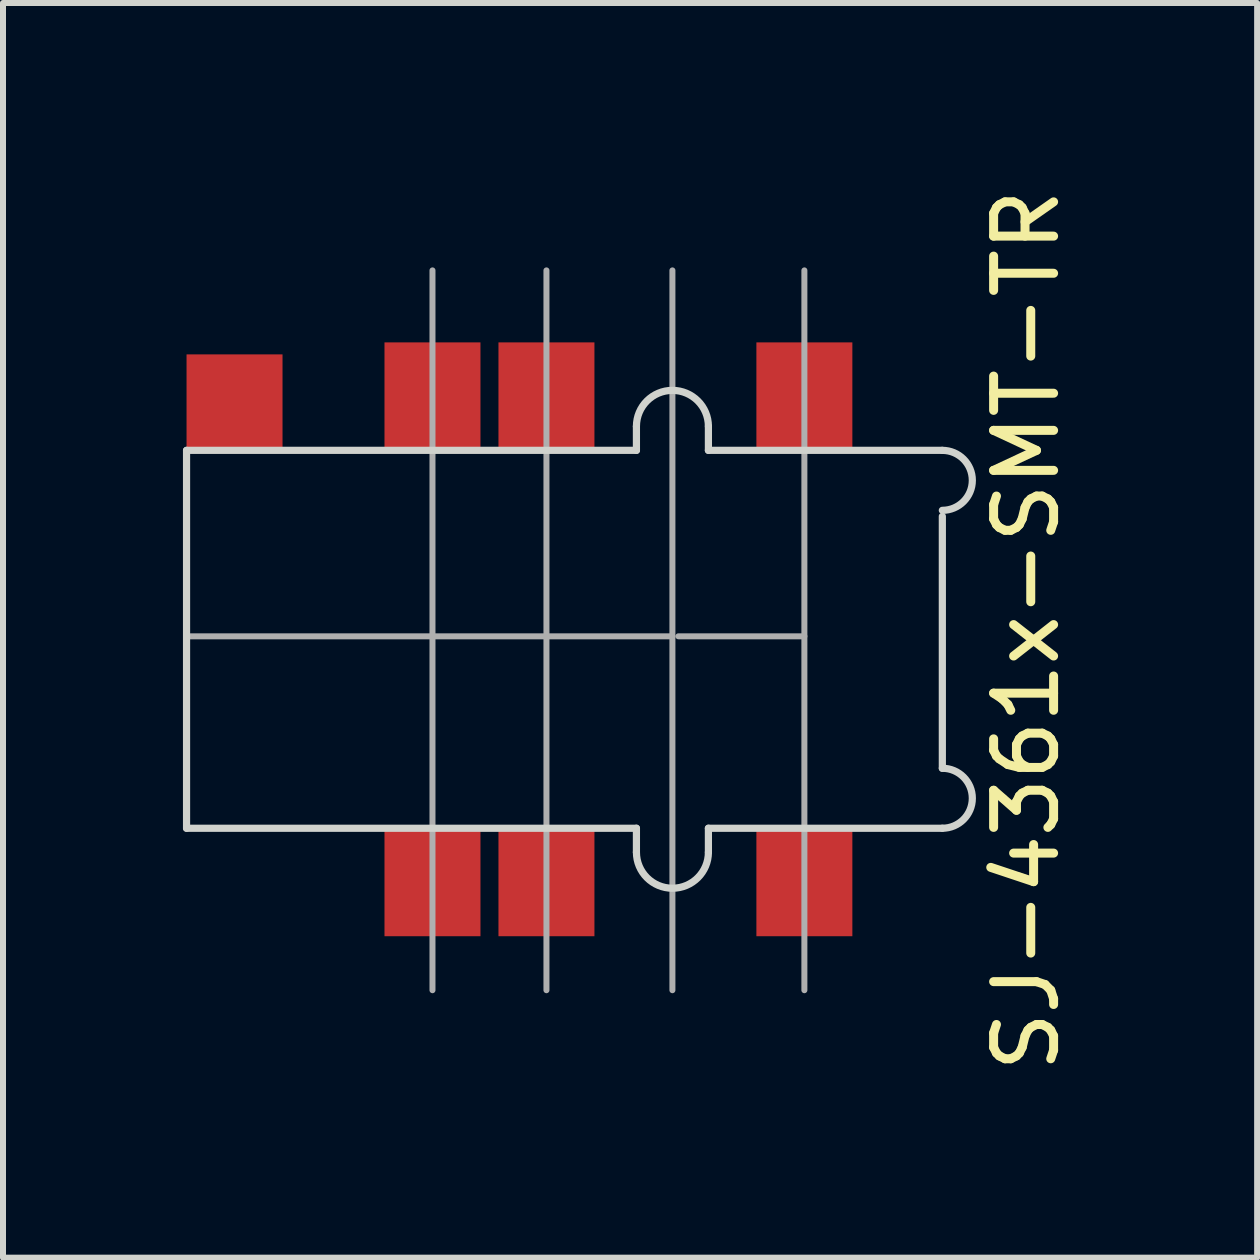
<source format=kicad_pcb>
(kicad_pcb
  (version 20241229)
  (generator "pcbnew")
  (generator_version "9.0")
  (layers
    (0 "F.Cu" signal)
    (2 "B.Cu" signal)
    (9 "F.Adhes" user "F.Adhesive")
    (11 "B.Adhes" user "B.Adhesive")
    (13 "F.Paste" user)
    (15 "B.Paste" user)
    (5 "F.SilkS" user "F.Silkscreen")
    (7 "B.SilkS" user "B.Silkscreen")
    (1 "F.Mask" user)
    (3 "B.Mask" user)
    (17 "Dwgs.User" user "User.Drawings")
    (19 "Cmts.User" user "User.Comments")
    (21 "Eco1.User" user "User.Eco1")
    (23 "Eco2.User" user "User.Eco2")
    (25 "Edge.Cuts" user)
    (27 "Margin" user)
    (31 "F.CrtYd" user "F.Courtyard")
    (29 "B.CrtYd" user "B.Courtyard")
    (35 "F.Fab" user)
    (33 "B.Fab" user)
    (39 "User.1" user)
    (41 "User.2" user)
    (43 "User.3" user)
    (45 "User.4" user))
  (footprint "SJ-4361x-SMT-TR"
    (layer "F.Cu")
    (at 0.86 3.658)
    (property "Reference" "SJ-4361x-SMT-TR" (at 13.2 3.8 90) (unlocked yes) (layer "F.SilkS") (effects (font (size 1 1) (thickness 0.15))))
    (attr smd)
    (fp_line (start -0.8 0.8) (end -0.8 7.1) (stroke (width 0.12) (type solid)) (layer "Edge.Cuts"))
    (fp_line (start -0.8 0.8) (end 6.7 0.8) (stroke (width 0.12) (type solid)) (layer "Edge.Cuts"))
    (fp_line (start 6.7 0.4) (end 6.7 0.8) (stroke (width 0.12) (type solid)) (layer "Edge.Cuts"))
    (fp_line (start 6.7 7.1) (end -0.8 7.1) (stroke (width 0.12) (type solid)) (layer "Edge.Cuts"))
    (fp_line (start 6.7 7.5) (end 6.7 7.1) (stroke (width 0.12) (type solid)) (layer "Edge.Cuts"))
    (fp_line (start 7.9 0.4) (end 7.9 0.8) (stroke (width 0.12) (type solid)) (layer "Edge.Cuts"))
    (fp_line (start 7.9 7.1) (end 11.8 7.1) (stroke (width 0.12) (type solid)) (layer "Edge.Cuts"))
    (fp_line (start 7.9 7.5) (end 7.9 7.1) (stroke (width 0.12) (type solid)) (layer "Edge.Cuts"))
    (fp_line (start 11.8 0.8) (end 7.9 0.8) (stroke (width 0.12) (type solid)) (layer "Edge.Cuts"))
    (fp_line (start 11.8 1.9) (end 11.8 6.1) (stroke (width 0.12) (type solid)) (layer "Edge.Cuts"))
    (fp_arc (start 6.7 0.4) (mid 7.3 -0.2) (end 7.9 0.4) (stroke (width 0.12) (type solid)) (layer "Edge.Cuts"))
    (fp_arc (start 7.9 7.5) (mid 7.3 8.1) (end 6.7 7.5) (stroke (width 0.12) (type solid)) (layer "Edge.Cuts"))
    (fp_arc (start 11.8 0.8) (mid 12.3 1.3) (end 11.8 1.8) (stroke (width 0.12) (type solid)) (layer "Edge.Cuts"))
    (fp_arc (start 11.8 6.1) (mid 12.3 6.6) (end 11.8 7.1) (stroke (width 0.12) (type solid)) (layer "Edge.Cuts"))
    (fp_line (start -0.8 3.9) (end 7.3 3.9) (stroke (width 0.1) (type solid)) (layer "F.Fab"))
    (fp_line (start 3.3 9.8) (end 3.3 -2.2) (stroke (width 0.1) (type solid)) (layer "F.Fab"))
    (fp_line (start 5.2 9.8) (end 5.2 -2.2) (stroke (width 0.1) (type solid)) (layer "F.Fab"))
    (fp_line (start 7.3 -2.2) (end 7.3 9.8) (stroke (width 0.1) (type solid)) (layer "F.Fab"))
    (fp_line (start 7.4 3.9) (end 9.5 3.9) (stroke (width 0.1) (type solid)) (layer "F.Fab"))
    (fp_line (start 9.5 9.8) (end 9.5 -2.2) (stroke (width 0.1) (type solid)) (layer "F.Fab"))
    (pad "1" smd rect (at 0 0) (size 1.6 1.6) (layers "F.Cu" "F.Mask" "F.Paste"))
    (pad "2" smd rect (at 9.5 8) (size 1.6 1.8) (layers "F.Cu" "F.Mask" "F.Paste"))
    (pad "3" smd rect (at 5.2 8) (size 1.6 1.8) (layers "F.Cu" "F.Mask" "F.Paste"))
    (pad "4" smd rect (at 3.3 8) (size 1.6 1.8) (layers "F.Cu" "F.Mask" "F.Paste"))
    (pad "10" smd rect (at 9.5 -0.1) (size 1.6 1.8) (layers "F.Cu" "F.Mask" "F.Paste"))
    (pad "11" smd rect (at 5.2 -0.1) (size 1.6 1.8) (layers "F.Cu" "F.Mask" "F.Paste"))
    (pad "12" smd rect (at 3.3 -0.1) (size 1.6 1.8) (layers "F.Cu" "F.Mask" "F.Paste")))
  (gr_rect
    (start -3 -3)
    (end 17.908 17.917)
    (stroke (width 0.1) (type default))
    (fill no)
    (layer "Edge.Cuts")))
</source>
